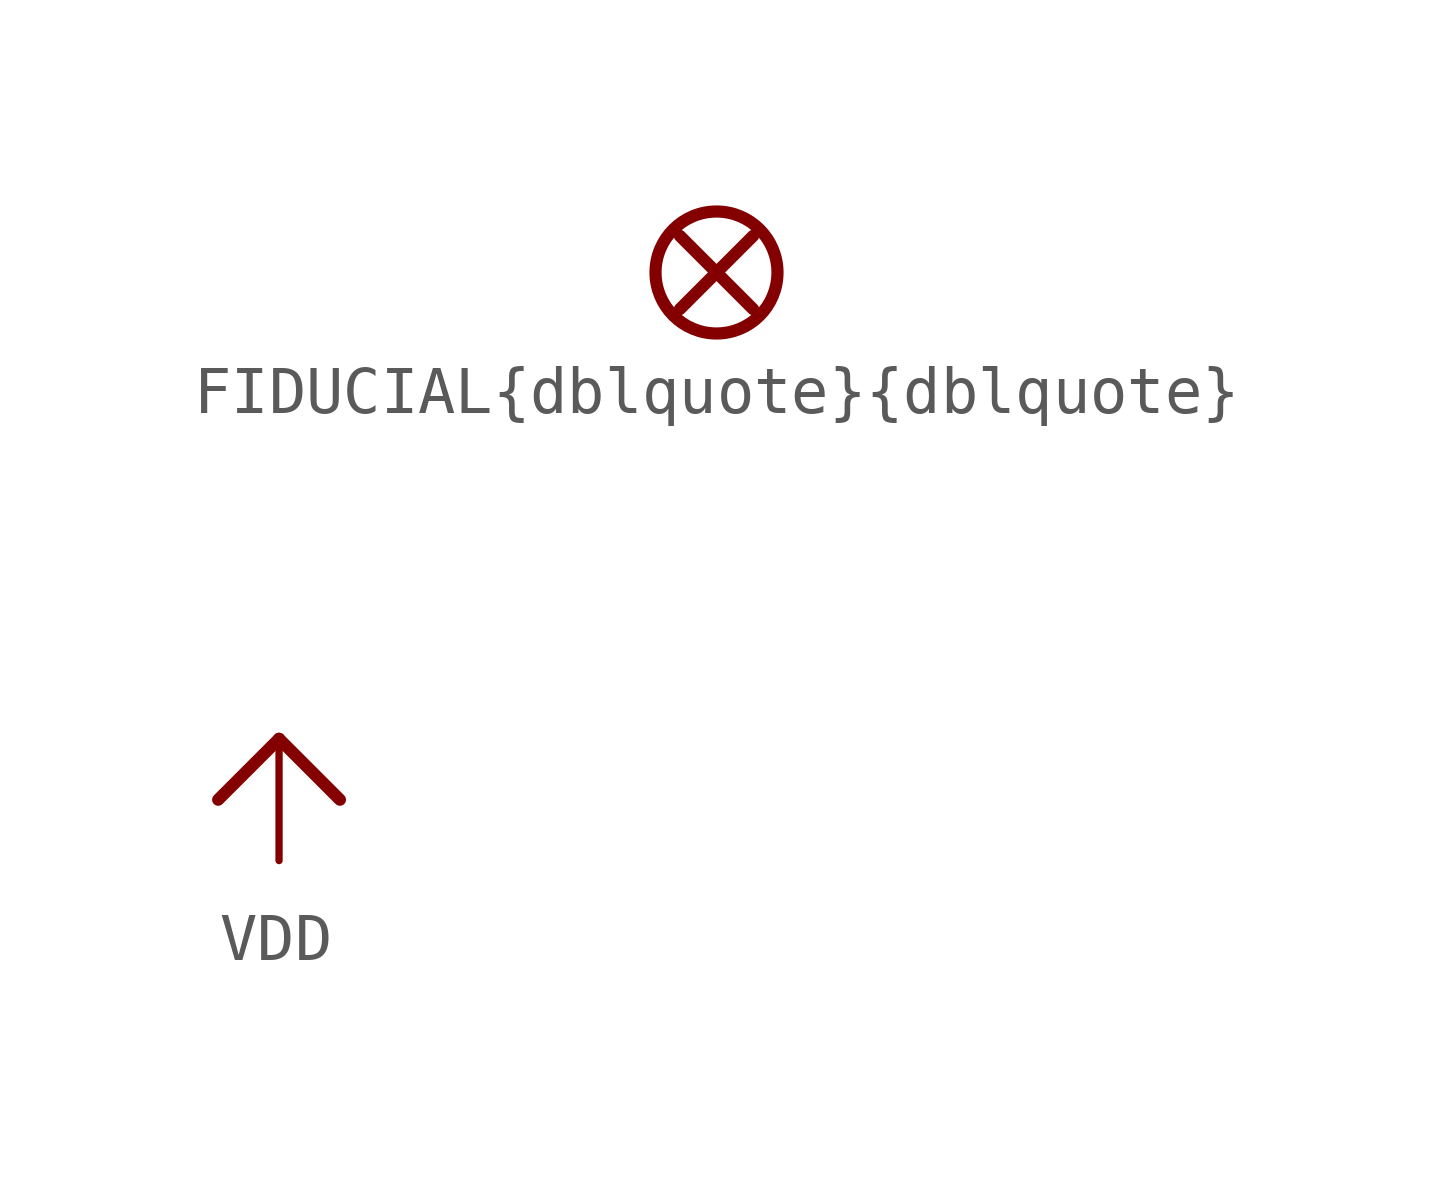
<source format=kicad_sym>
(kicad_symbol_lib
  (version 20231120)
  (generator "kicad_symbol_editor")
  (generator_version "8.0")
  (symbol "FIDUCIAL{dblquote}{dblquote}"
    (property "Reference" "FID"
      (at 0 0 0)
      (effects (font (size 1.27 1.27)) (hide yes)))
    (property "ki_locked" ""
      (at 0 0 0)
      (effects (font (size 1.27 1.27))))
    (symbol "FIDUCIAL{dblquote}{dblquote}_1_0"
      (polyline (pts (xy -0.762 0.762) (xy 0.762 -0.762)) (stroke (width 0.254) (type solid)) (fill (type none)))
      (polyline (pts (xy 0.762 0.762) (xy -0.762 -0.762)) (stroke (width 0.254) (type solid)) (fill (type none)))
      (circle (center 0 0) (radius 1.27) (stroke (width 0.254) (type solid)) (fill (type none)))))
  (symbol "VDD"
    (power)
    (property "Reference" ""
      (at 0 0 0)
      (effects (font (size 1.27 1.27)) (hide yes)))
    (property "Value" ""
      (at -1.524 1.016 0)
      (effects (font (size 1.27 1.079)) (justify left bottom)))
    (property "ki_locked" ""
      (at 0 0 0)
      (effects (font (size 1.27 1.27))))
    (symbol "VDD_1_0"
      (polyline (pts (xy -1.27 -1.27) (xy 0 0)) (stroke (width 0.254) (type solid)) (fill (type none)))
      (polyline (pts (xy 0 0) (xy 1.27 -1.27)) (stroke (width 0.254) (type solid)) (fill (type none)))
      (pin power_in line (at 0 -2.54 90) (length 2.54) (name "VDD" (effects (font (size 0 0)))) (number "1" (effects (font (size 0 0))))))))
</source>
